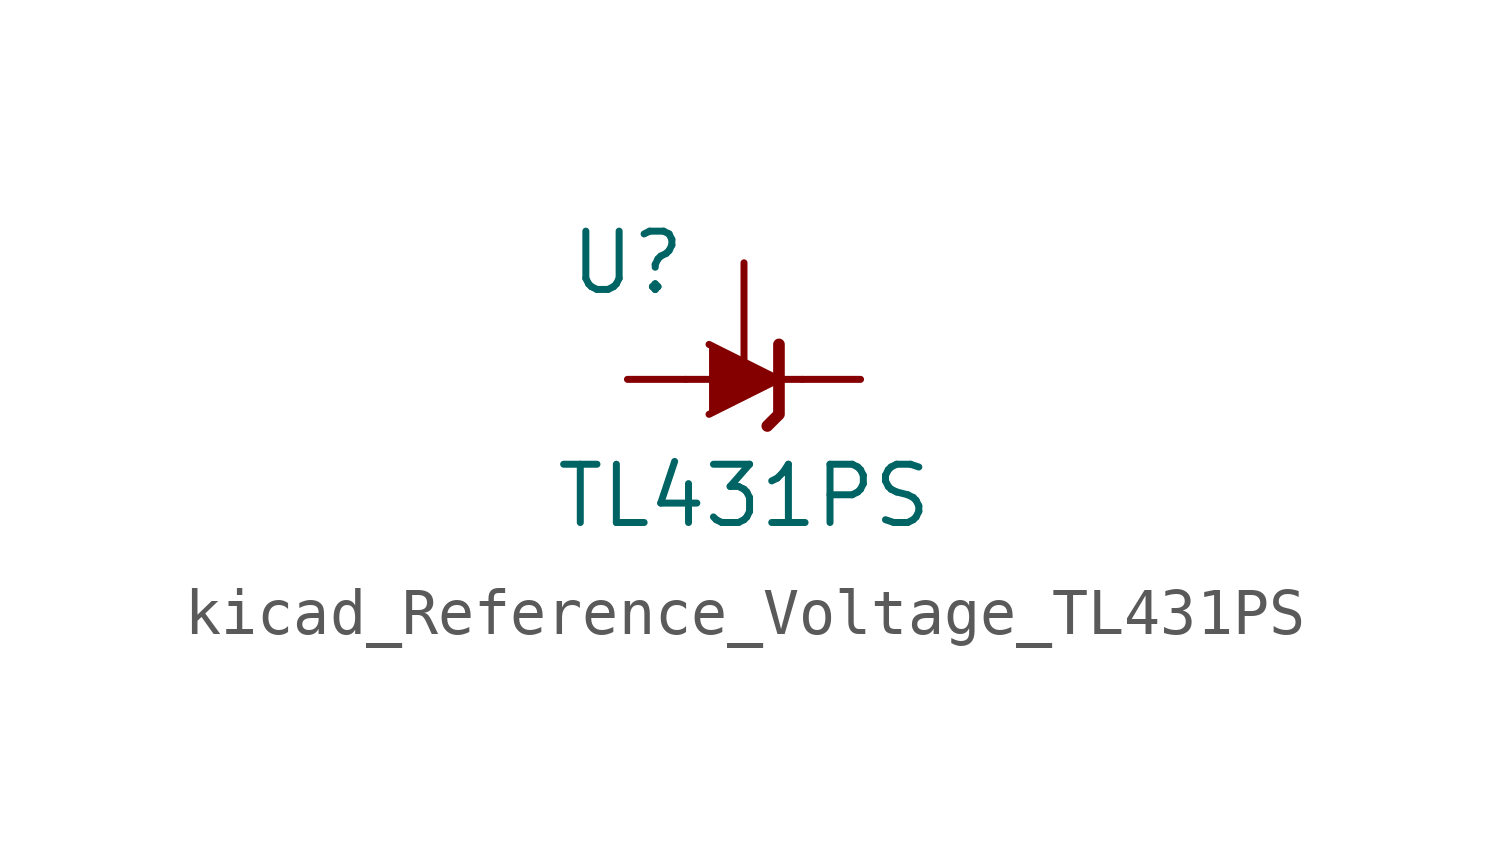
<source format=kicad_sym>
(kicad_symbol_lib
  (version 20220914)
  (generator kicad_symbol_editor)
  (symbol "kicad_Reference_Voltage_TL431PS"
    (pin_numbers hide)
    (pin_names hide)
    (property "Reference" "U"
      (at -2.54 2.54 0)
      (effects (font (size 1.27 1.27))))
    (property "Value" "TL431PS"
      (at 0 -2.54 0)
      (effects (font (size 1.27 1.27))))
    (symbol "kicad_Reference_Voltage_TL431PS_0_1"
      (polyline (pts (xy -1.27 0) (xy 0 0) (xy 1.27 0)) (stroke (width 0) (type default)) (fill (type none)))
      (polyline (pts (xy -0.762 0.762) (xy 0.762 0) (xy -0.762 -0.762)) (stroke (width 0) (type default)) (fill (type outline)))
      (polyline (pts (xy 0.508 -1.016) (xy 0.762 -0.762) (xy 0.762 0.762) (xy 0.762 0.762)) (stroke (width 0.254) (type default)) (fill (type none))))
    (symbol "kicad_Reference_Voltage_TL431PS_1_1"
      (pin passive line (at 2.54 0 180) (length 1.27) (name "K" (effects (font (size 1.27 1.27)))) (number "1" (effects (font (size 1.27 1.27)))))
      (pin passive line (at -2.54 0 0) (length 1.27) (name "A" (effects (font (size 1.27 1.27)))) (number "6" (effects (font (size 1.27 1.27)))))
      (pin passive line (at 0 2.54 270) (length 2.54) (name "REF" (effects (font (size 1.27 1.27)))) (number "8" (effects (font (size 1.27 1.27))))))))
</source>
